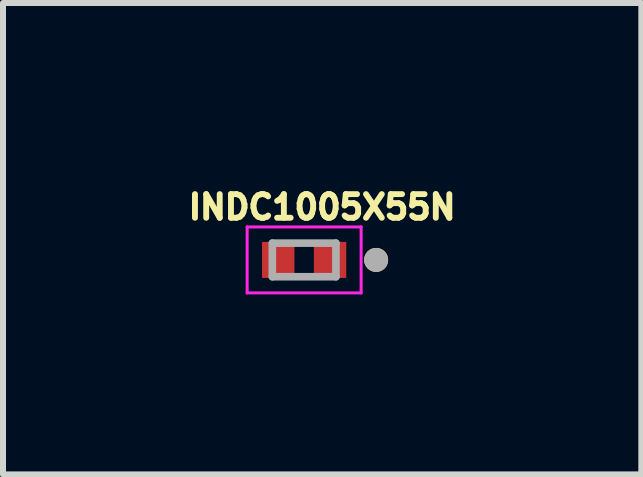
<source format=kicad_pcb>
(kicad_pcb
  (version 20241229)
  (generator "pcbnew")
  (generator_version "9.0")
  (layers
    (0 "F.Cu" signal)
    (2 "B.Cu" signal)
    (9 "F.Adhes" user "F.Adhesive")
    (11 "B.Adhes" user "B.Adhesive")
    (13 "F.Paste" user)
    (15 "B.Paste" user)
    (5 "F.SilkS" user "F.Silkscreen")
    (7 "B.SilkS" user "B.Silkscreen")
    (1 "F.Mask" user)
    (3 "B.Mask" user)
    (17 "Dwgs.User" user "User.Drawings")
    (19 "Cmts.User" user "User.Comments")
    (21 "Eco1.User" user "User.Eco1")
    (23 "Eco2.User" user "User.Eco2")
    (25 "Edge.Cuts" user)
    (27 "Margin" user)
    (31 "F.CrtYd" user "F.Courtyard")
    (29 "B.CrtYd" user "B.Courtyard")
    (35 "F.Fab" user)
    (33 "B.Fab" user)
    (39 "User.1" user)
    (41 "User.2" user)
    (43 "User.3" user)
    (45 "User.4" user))
  (footprint "INDC1005X55N"
    (layer "F.Cu")
    (at 2.02 1.283)
    (property "Reference" "INDC1005X55N" (at 0.3 -0.88 0) (layer "F.SilkS") (effects (font (size 0.394 0.394) (thickness 0.15))))
    (attr smd)
    (fp_circle (center 1.2 0) (end 1.3 0) (stroke (width 0.2) (type solid)) (fill no) (layer "F.SilkS"))
    (fp_line (start -0.95 -0.55) (end 0.95 -0.55) (stroke (width 0.05) (type solid)) (layer "F.CrtYd"))
    (fp_line (start -0.95 0.55) (end -0.95 -0.55) (stroke (width 0.05) (type solid)) (layer "F.CrtYd"))
    (fp_line (start -0.95 0.55) (end 0.95 0.55) (stroke (width 0.05) (type solid)) (layer "F.CrtYd"))
    (fp_line (start 0.95 0.55) (end 0.95 -0.55) (stroke (width 0.05) (type solid)) (layer "F.CrtYd"))
    (fp_line (start -0.53 0.28) (end -0.53 -0.28) (stroke (width 0.127) (type solid)) (layer "F.Fab"))
    (fp_line (start 0.53 -0.28) (end -0.53 -0.28) (stroke (width 0.127) (type solid)) (layer "F.Fab"))
    (fp_line (start 0.53 0.28) (end -0.53 0.28) (stroke (width 0.127) (type solid)) (layer "F.Fab"))
    (fp_line (start 0.53 0.28) (end 0.53 -0.28) (stroke (width 0.127) (type solid)) (layer "F.Fab"))
    (fp_circle (center 1.2 0) (end 1.3 0) (stroke (width 0.2) (type solid)) (fill no) (layer "F.Fab"))
    (pad "1" smd rect (at -0.432 0) (size 0.54 0.6) (layers "F.Cu" "F.Mask" "F.Paste"))
    (pad "2" smd rect (at 0.432 0) (size 0.54 0.6) (layers "F.Cu" "F.Mask" "F.Paste")))
  (gr_rect
    (start -3 -3)
    (end 7.641 4.858)
    (stroke (width 0.1) (type default))
    (fill no)
    (layer "Edge.Cuts")))
</source>
